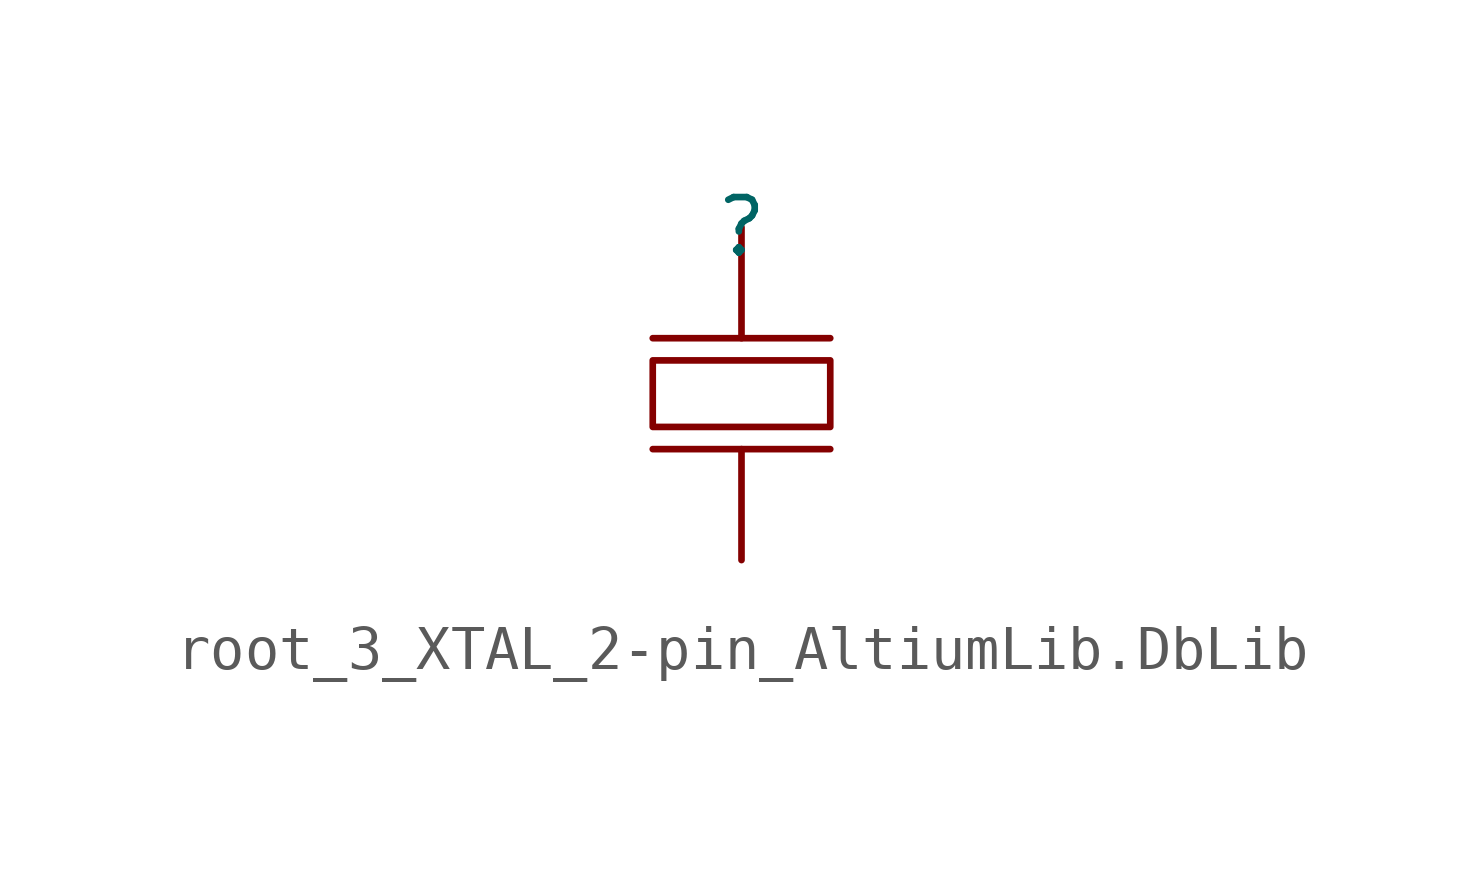
<source format=kicad_sym>
(kicad_symbol_lib
  (version 20241209)
  (generator "kicad_symbol_editor")
  (generator_version "9.0")
  (symbol "root_3_XTAL_2-pin_AltiumLib.DbLib"
    (pin_numbers
      (hide yes))
    (pin_names
      (hide yes))
    (property "Reference" ""
      (at 0 0 0)
      (effects (font (size 1.27 1.27))))
    (property "Value" ""
      (at 0 0 0)
      (effects (font (size 1.27 1.27))))
    (symbol "root_3_XTAL_2-pin_AltiumLib.DbLib_1_0"
      (polyline (pts (xy -2.032 -4.572) (xy 2.032 -4.572) (xy 2.032 -3.048) (xy -2.032 -3.048) (xy -2.032 -4.572)) (stroke (width 0) (type solid)) (fill (type none)))
      (polyline (pts (xy 2.032 -2.54) (xy -2.032 -2.54)) (stroke (width 0) (type solid)) (fill (type none)))
      (polyline (pts (xy 2.032 -5.08) (xy -2.032 -5.08)) (stroke (width 0) (type solid)) (fill (type none)))
      (pin passive line (at 0 0 270) (length 2.54) (name "inp" (effects (font (size 1.27 1.27)))) (number "1" (effects (font (size 1.27 1.27)))))
      (pin passive line (at 0 -7.62 90) (length 2.54) (name "out" (effects (font (size 1.27 1.27)))) (number "2" (effects (font (size 1.27 1.27))))))))
</source>
